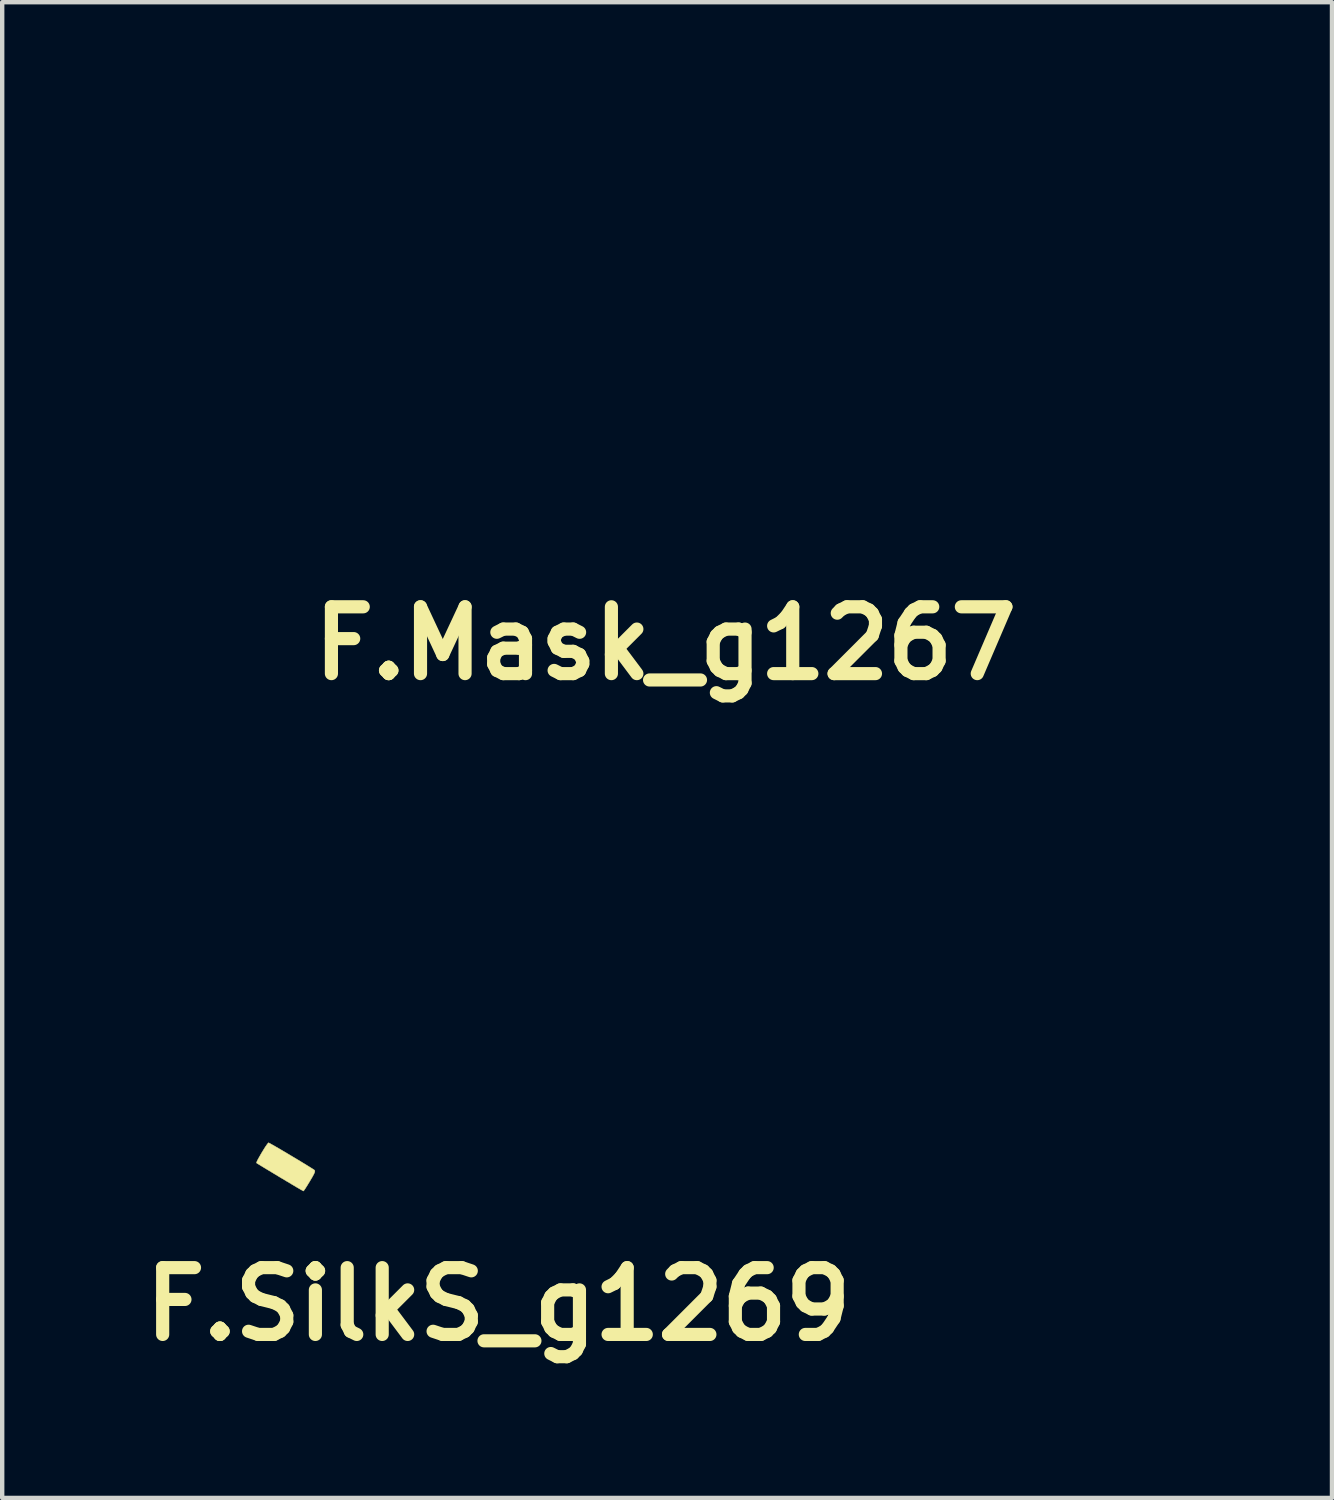
<source format=kicad_pcb>
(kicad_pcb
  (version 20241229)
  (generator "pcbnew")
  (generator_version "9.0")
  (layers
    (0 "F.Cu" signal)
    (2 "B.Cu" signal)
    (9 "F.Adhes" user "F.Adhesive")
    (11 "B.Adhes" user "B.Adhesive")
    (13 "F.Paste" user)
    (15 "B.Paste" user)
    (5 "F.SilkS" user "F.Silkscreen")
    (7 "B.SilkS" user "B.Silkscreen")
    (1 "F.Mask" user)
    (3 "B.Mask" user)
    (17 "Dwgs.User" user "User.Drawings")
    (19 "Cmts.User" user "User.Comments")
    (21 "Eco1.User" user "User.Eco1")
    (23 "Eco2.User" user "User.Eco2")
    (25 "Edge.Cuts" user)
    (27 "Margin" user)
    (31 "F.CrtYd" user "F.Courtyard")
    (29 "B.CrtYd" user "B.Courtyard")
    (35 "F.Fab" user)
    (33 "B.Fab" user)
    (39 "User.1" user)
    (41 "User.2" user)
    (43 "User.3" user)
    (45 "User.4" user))
  (footprint "F.Mask_g1267"
    (layer "F.Cu")
    (at 12.13 11.626)
    (property "Reference" "F.Mask_g1267" (at 0 0 0) (layer "F.SilkS") (effects (font (size 1.524 1.524) (thickness 0.3))))
    (attr through_hole)
    (fp_poly (pts (xy 0.445 -9.525) (xy -0.127 -9.525) (xy -0.127 -11.62) (xy 0.445 -11.62) (xy 0.445 -9.525)) (stroke (width 0.01) (type solid)) (fill yes) (layer "F.Mask"))
    (fp_poly (pts (xy 12.137 -0.206) (xy 12.162 -0.206) (xy 12.163 -0.206) (xy 12.165 -0.184) (xy 12.169 -0.128) (xy 12.175 -0.045) (xy 12.181 0.057) (xy 12.182 0.09) (xy 12.198 0.381) (xy 11.607 0.381) (xy 11.421 0.382) (xy 11.218 0.383) (xy 11.012 0.386) (xy 10.816 0.389) (xy 10.642 0.393) (xy 10.557 0.395) (xy 10.097 0.409) (xy 10.097 -0.184) (xy 11.127 -0.197) (xy 11.332 -0.199) (xy 11.523 -0.202) (xy 11.697 -0.203) (xy 11.849 -0.205) (xy 11.976 -0.206) (xy 12.073 -0.206) (xy 12.137 -0.206)) (stroke (width 0.01) (type solid)) (fill yes) (layer "F.Mask"))
    (fp_poly (pts (xy -10.033 0.423) (xy -10.622 0.423) (xy -10.808 0.424) (xy -11.008 0.426) (xy -11.21 0.428) (xy -11.403 0.431) (xy -11.572 0.435) (xy -11.657 0.437) (xy -12.103 0.451) (xy -12.118 0.184) (xy -12.123 0.079) (xy -12.125 -0.011) (xy -12.125 -0.079) (xy -12.121 -0.115) (xy -12.121 -0.116) (xy -12.113 -0.126) (xy -12.092 -0.133) (xy -12.055 -0.139) (xy -11.998 -0.143) (xy -11.914 -0.146) (xy -11.8 -0.147) (xy -11.651 -0.148) (xy -11.551 -0.148) (xy -11.365 -0.149) (xy -11.159 -0.151) (xy -10.949 -0.153) (xy -10.748 -0.157) (xy -10.569 -0.161) (xy -10.513 -0.162) (xy -10.033 -0.176) (xy -10.033 0.423)) (stroke (width 0.01) (type solid)) (fill yes) (layer "F.Mask"))
    (fp_poly (pts (xy 7.904 6.565) (xy 7.95 6.605) (xy 8.018 6.668) (xy 8.106 6.75) (xy 8.21 6.847) (xy 8.326 6.957) (xy 8.451 7.075) (xy 8.581 7.199) (xy 8.712 7.324) (xy 8.841 7.448) (xy 8.964 7.566) (xy 9.078 7.676) (xy 9.178 7.774) (xy 9.262 7.856) (xy 9.325 7.92) (xy 9.365 7.961) (xy 9.377 7.975) (xy 9.363 7.997) (xy 9.326 8.042) (xy 9.272 8.101) (xy 9.209 8.169) (xy 9.143 8.237) (xy 9.081 8.3) (xy 9.03 8.349) (xy 8.997 8.377) (xy 8.988 8.382) (xy 8.968 8.367) (xy 8.921 8.327) (xy 8.851 8.263) (xy 8.761 8.18) (xy 8.654 8.08) (xy 8.535 7.967) (xy 8.407 7.845) (xy 8.403 7.841) (xy 8.266 7.709) (xy 8.131 7.578) (xy 8.002 7.453) (xy 7.886 7.34) (xy 7.786 7.243) (xy 7.707 7.166) (xy 7.664 7.123) (xy 7.486 6.945) (xy 7.673 6.748) (xy 7.746 6.674) (xy 7.809 6.613) (xy 7.857 6.57) (xy 7.884 6.551) (xy 7.886 6.551) (xy 7.904 6.565)) (stroke (width 0.01) (type solid)) (fill yes) (layer "F.Mask"))
    (fp_poly (pts (xy -8.689 -8.13) (xy -8.642 -8.089) (xy -8.573 -8.025) (xy -8.485 -7.942) (xy -8.38 -7.845) (xy -8.264 -7.735) (xy -8.14 -7.617) (xy -8.011 -7.494) (xy -7.881 -7.37) (xy -7.754 -7.248) (xy -7.634 -7.131) (xy -7.524 -7.025) (xy -7.427 -6.93) (xy -7.349 -6.853) (xy -7.294 -6.797) (xy -7.211 -6.711) (xy -7.399 -6.515) (xy -7.472 -6.44) (xy -7.535 -6.378) (xy -7.582 -6.334) (xy -7.608 -6.314) (xy -7.609 -6.314) (xy -7.628 -6.327) (xy -7.675 -6.367) (xy -7.745 -6.431) (xy -7.837 -6.516) (xy -7.947 -6.619) (xy -8.071 -6.738) (xy -8.209 -6.869) (xy -8.355 -7.01) (xy -8.361 -7.016) (xy -8.507 -7.158) (xy -8.643 -7.291) (xy -8.767 -7.413) (xy -8.875 -7.52) (xy -8.964 -7.61) (xy -9.032 -7.679) (xy -9.075 -7.725) (xy -9.091 -7.744) (xy -9.091 -7.744) (xy -9.077 -7.771) (xy -9.04 -7.818) (xy -8.986 -7.879) (xy -8.923 -7.948) (xy -8.858 -8.015) (xy -8.797 -8.075) (xy -8.746 -8.12) (xy -8.714 -8.143) (xy -8.708 -8.145) (xy -8.689 -8.13)) (stroke (width 0.01) (type solid)) (fill yes) (layer "F.Mask"))
    (fp_poly (pts (xy 8.541 -8.027) (xy 8.584 -7.99) (xy 8.641 -7.935) (xy 8.707 -7.87) (xy 8.773 -7.802) (xy 8.833 -7.738) (xy 8.88 -7.684) (xy 8.907 -7.648) (xy 8.911 -7.638) (xy 8.896 -7.621) (xy 8.854 -7.577) (xy 8.789 -7.512) (xy 8.704 -7.428) (xy 8.602 -7.329) (xy 8.487 -7.217) (xy 8.364 -7.098) (xy 8.234 -6.974) (xy 8.103 -6.848) (xy 7.974 -6.724) (xy 7.849 -6.606) (xy 7.734 -6.496) (xy 7.631 -6.399) (xy 7.544 -6.318) (xy 7.477 -6.256) (xy 7.432 -6.217) (xy 7.415 -6.204) (xy 7.395 -6.219) (xy 7.352 -6.26) (xy 7.292 -6.32) (xy 7.221 -6.393) (xy 7.209 -6.405) (xy 7.02 -6.605) (xy 7.082 -6.67) (xy 7.126 -6.715) (xy 7.193 -6.782) (xy 7.28 -6.866) (xy 7.383 -6.966) (xy 7.498 -7.077) (xy 7.622 -7.196) (xy 7.75 -7.319) (xy 7.88 -7.443) (xy 8.007 -7.564) (xy 8.129 -7.678) (xy 8.24 -7.783) (xy 8.337 -7.875) (xy 8.418 -7.949) (xy 8.477 -8.004) (xy 8.512 -8.034) (xy 8.519 -8.039) (xy 8.541 -8.027)) (stroke (width 0.01) (type solid)) (fill yes) (layer "F.Mask"))
    (fp_poly (pts (xy -8.134 6.471) (xy -8.092 6.51) (xy -8.037 6.567) (xy -7.974 6.634) (xy -7.91 6.704) (xy -7.851 6.77) (xy -7.805 6.826) (xy -7.777 6.863) (xy -7.772 6.875) (xy -7.789 6.894) (xy -7.833 6.939) (xy -7.901 7.006) (xy -7.988 7.092) (xy -8.092 7.192) (xy -8.208 7.304) (xy -8.332 7.423) (xy -8.462 7.548) (xy -8.593 7.673) (xy -8.722 7.795) (xy -8.846 7.912) (xy -8.96 8.019) (xy -9.06 8.114) (xy -9.144 8.192) (xy -9.208 8.25) (xy -9.247 8.284) (xy -9.259 8.293) (xy -9.282 8.28) (xy -9.328 8.242) (xy -9.389 8.183) (xy -9.459 8.11) (xy -9.469 8.099) (xy -9.538 8.024) (xy -9.595 7.959) (xy -9.634 7.913) (xy -9.652 7.891) (xy -9.652 7.89) (xy -9.637 7.873) (xy -9.595 7.83) (xy -9.53 7.765) (xy -9.444 7.682) (xy -9.343 7.583) (xy -9.228 7.472) (xy -9.104 7.353) (xy -8.975 7.229) (xy -8.844 7.103) (xy -8.714 6.979) (xy -8.59 6.861) (xy -8.474 6.751) (xy -8.371 6.654) (xy -8.284 6.572) (xy -8.217 6.51) (xy -8.172 6.47) (xy -8.155 6.456) (xy -8.134 6.471)) (stroke (width 0.01) (type solid)) (fill yes) (layer "F.Mask"))
    (fp_poly (pts (xy 0.204 -4.984) (xy 0.404 -4.977) (xy 0.584 -4.965) (xy 0.732 -4.947) (xy 0.74 -4.946) (xy 1.192 -4.854) (xy 1.628 -4.725) (xy 2.047 -4.559) (xy 2.445 -4.359) (xy 2.822 -4.126) (xy 3.175 -3.863) (xy 3.503 -3.57) (xy 3.803 -3.25) (xy 4.075 -2.904) (xy 4.316 -2.534) (xy 4.524 -2.141) (xy 4.698 -1.728) (xy 4.836 -1.296) (xy 4.889 -1.079) (xy 4.96 -0.674) (xy 4.998 -0.254) (xy 5.001 0.173) (xy 4.972 0.596) (xy 4.909 1.008) (xy 4.857 1.238) (xy 4.724 1.674) (xy 4.555 2.093) (xy 4.349 2.493) (xy 4.11 2.872) (xy 3.838 3.228) (xy 3.537 3.557) (xy 3.207 3.859) (xy 2.851 4.129) (xy 2.47 4.367) (xy 2.292 4.462) (xy 1.865 4.657) (xy 1.427 4.811) (xy 0.982 4.924) (xy 0.762 4.964) (xy 0.655 4.977) (xy 0.517 4.988) (xy 0.356 4.997) (xy 0.183 5.004) (xy 0.007 5.007) (xy -0.163 5.009) (xy -0.318 5.007) (xy -0.447 5.002) (xy -0.529 4.995) (xy -0.995 4.918) (xy -1.444 4.804) (xy -1.877 4.652) (xy -2.29 4.463) (xy -2.683 4.24) (xy -3.052 3.982) (xy -3.398 3.692) (xy -3.717 3.368) (xy -4.009 3.014) (xy -4.046 2.963) (xy -4.297 2.586) (xy -4.509 2.193) (xy -4.683 1.788) (xy -4.82 1.372) (xy -4.92 0.949) (xy -4.982 0.521) (xy -5.007 0.09) (xy -4.995 -0.341) (xy -4.947 -0.769) (xy -4.862 -1.192) (xy -4.741 -1.607) (xy -4.583 -2.011) (xy -4.39 -2.403) (xy -4.161 -2.779) (xy -3.897 -3.136) (xy -3.598 -3.473) (xy -3.556 -3.515) (xy -3.214 -3.829) (xy -2.848 -4.108) (xy -2.46 -4.351) (xy -2.053 -4.557) (xy -1.626 -4.726) (xy -1.183 -4.857) (xy -0.74 -4.946) (xy -0.594 -4.964) (xy -0.416 -4.976) (xy -0.216 -4.984) (xy -0.006 -4.986) (xy 0.204 -4.984)) (stroke (width 0.01) (type solid)) (fill yes) (layer "F.Mask"))
    (fp_poly (pts (xy 0.648 -9.39) (xy 0.942 -9.364) (xy 1.575 -9.278) (xy 2.2 -9.152) (xy 2.814 -8.987) (xy 3.414 -8.783) (xy 3.999 -8.541) (xy 4.566 -8.262) (xy 5.113 -7.948) (xy 5.638 -7.598) (xy 5.807 -7.475) (xy 6.016 -7.314) (xy 6.203 -7.165) (xy 6.377 -7.018) (xy 6.548 -6.864) (xy 6.727 -6.693) (xy 6.89 -6.531) (xy 7.304 -6.093) (xy 7.681 -5.642) (xy 8.024 -5.174) (xy 8.339 -4.682) (xy 8.63 -4.16) (xy 8.711 -4) (xy 8.98 -3.415) (xy 9.21 -2.814) (xy 9.4 -2.199) (xy 9.55 -1.568) (xy 9.661 -0.922) (xy 9.698 -0.624) (xy 9.708 -0.499) (xy 9.717 -0.34) (xy 9.723 -0.153) (xy 9.726 0.053) (xy 9.728 0.271) (xy 9.727 0.495) (xy 9.724 0.715) (xy 9.719 0.925) (xy 9.712 1.118) (xy 9.703 1.286) (xy 9.692 1.422) (xy 9.687 1.46) (xy 9.586 2.121) (xy 9.447 2.76) (xy 9.271 3.38) (xy 9.058 3.98) (xy 8.807 4.561) (xy 8.519 5.123) (xy 8.193 5.667) (xy 7.828 6.193) (xy 7.425 6.701) (xy 7.299 6.847) (xy 7.23 6.924) (xy 7.145 7.015) (xy 7.047 7.116) (xy 6.943 7.223) (xy 6.835 7.331) (xy 6.729 7.437) (xy 6.627 7.536) (xy 6.535 7.624) (xy 6.457 7.697) (xy 6.397 7.75) (xy 6.359 7.78) (xy 6.349 7.785) (xy 6.332 7.767) (xy 6.288 7.719) (xy 6.22 7.643) (xy 6.129 7.539) (xy 6.017 7.409) (xy 5.884 7.256) (xy 5.732 7.08) (xy 5.562 6.884) (xy 5.377 6.669) (xy 5.319 6.601) (xy 5.313 6.588) (xy 5.317 6.57) (xy 5.332 6.543) (xy 5.363 6.504) (xy 5.413 6.449) (xy 5.483 6.375) (xy 5.579 6.279) (xy 5.7 6.157) (xy 5.823 6.032) (xy 5.949 5.9) (xy 6.07 5.769) (xy 6.181 5.647) (xy 6.272 5.541) (xy 6.32 5.482) (xy 6.676 5.002) (xy 6.993 4.503) (xy 7.272 3.988) (xy 7.512 3.457) (xy 7.713 2.911) (xy 7.874 2.35) (xy 7.957 1.979) (xy 8.053 1.396) (xy 8.106 0.813) (xy 8.117 0.231) (xy 8.087 -0.348) (xy 8.015 -0.923) (xy 7.903 -1.492) (xy 7.749 -2.052) (xy 7.554 -2.603) (xy 7.319 -3.144) (xy 7.257 -3.27) (xy 6.979 -3.781) (xy 6.667 -4.268) (xy 6.324 -4.729) (xy 5.95 -5.163) (xy 5.547 -5.569) (xy 5.119 -5.945) (xy 4.665 -6.29) (xy 4.188 -6.603) (xy 3.69 -6.882) (xy 3.173 -7.126) (xy 2.638 -7.334) (xy 2.087 -7.505) (xy 1.522 -7.636) (xy 1.27 -7.681) (xy 1.078 -7.711) (xy 0.906 -7.735) (xy 0.743 -7.752) (xy 0.58 -7.764) (xy 0.405 -7.772) (xy 0.21 -7.777) (xy -0.017 -7.778) (xy -0.042 -7.778) (xy -0.273 -7.777) (xy -0.471 -7.773) (xy -0.647 -7.765) (xy -0.811 -7.754) (xy -0.974 -7.737) (xy -1.144 -7.714) (xy -1.334 -7.685) (xy -1.355 -7.681) (xy -1.925 -7.567) (xy -2.485 -7.412) (xy -3.033 -7.217) (xy -3.567 -6.983) (xy -4.085 -6.711) (xy -4.586 -6.402) (xy -5.067 -6.056) (xy -5.243 -5.916) (xy -5.366 -5.811) (xy -5.509 -5.68) (xy -5.664 -5.532) (xy -5.824 -5.372) (xy -5.983 -5.21) (xy -6.132 -5.051) (xy -6.264 -4.904) (xy -6.373 -4.775) (xy -6.383 -4.763) (xy -6.739 -4.284) (xy -7.057 -3.789) (xy -7.337 -3.277) (xy -7.579 -2.75) (xy -7.782 -2.212) (xy -7.946 -1.662) (xy -8.07 -1.102) (xy -8.154 -0.536) (xy -8.197 0.037) (xy -8.2 0.614) (xy -8.161 1.194) (xy -8.08 1.774) (xy -8.042 1.978) (xy -7.906 2.548) (xy -7.733 3.101) (xy -7.52 3.637) (xy -7.268 4.16) (xy -6.976 4.669) (xy -6.844 4.874) (xy -6.685 5.107) (xy -6.528 5.322) (xy -6.366 5.527) (xy -6.191 5.73) (xy -5.996 5.94) (xy -5.775 6.166) (xy -5.763 6.177) (xy -5.637 6.303) (xy -5.539 6.402) (xy -5.465 6.479) (xy -5.413 6.536) (xy -5.379 6.577) (xy -5.36 6.606) (xy -5.354 6.626) (xy -5.358 6.639) (xy -5.361 6.643) (xy -5.382 6.667) (xy -5.426 6.719) (xy -5.491 6.796) (xy -5.574 6.893) (xy -5.67 7.006) (xy -5.777 7.132) (xy -5.871 7.243) (xy -5.984 7.376) (xy -6.088 7.497) (xy -6.181 7.605) (xy -6.258 7.695) (xy -6.318 7.764) (xy -6.356 7.807) (xy -6.37 7.82) (xy -6.393 7.813) (xy -6.439 7.782) (xy -6.498 7.735) (xy -6.512 7.722) (xy -6.984 7.276) (xy -7.422 6.804) (xy -7.826 6.307) (xy -8.195 5.788) (xy -8.529 5.248) (xy -8.827 4.688) (xy -9.087 4.11) (xy -9.311 3.515) (xy -9.495 2.905) (xy -9.641 2.28) (xy -9.746 1.643) (xy -9.8 1.154) (xy -9.815 0.9) (xy -9.823 0.616) (xy -9.823 0.312) (xy -9.815 0.001) (xy -9.801 -0.307) (xy -9.779 -0.6) (xy -9.752 -0.867) (xy -9.746 -0.91) (xy -9.643 -1.532) (xy -9.5 -2.146) (xy -9.317 -2.749) (xy -9.097 -3.339) (xy -8.839 -3.913) (xy -8.546 -4.47) (xy -8.218 -5.007) (xy -7.857 -5.521) (xy -7.465 -6.01) (xy -7.041 -6.472) (xy -6.844 -6.667) (xy -6.367 -7.096) (xy -5.866 -7.492) (xy -5.345 -7.852) (xy -4.803 -8.176) (xy -4.244 -8.465) (xy -3.669 -8.716) (xy -3.08 -8.93) (xy -2.478 -9.106) (xy -1.866 -9.243) (xy -1.246 -9.341) (xy -0.619 -9.398) (xy 0.013 -9.415) (xy 0.648 -9.39)) (stroke (width 0.01) (type solid)) (fill yes) (layer "F.Mask")))
  (footprint "F.SilkS_g1269"
    (layer "F.Cu")
    (at 8.317 26.7)
    (property "Reference" "F.SilkS_g1269" (at 0 0 0) (layer "F.SilkS") (effects (font (size 1.524 1.524) (thickness 0.3))))
    (attr through_hole)
    (fp_poly (pts (xy -5.22 -3.673) (xy -5.167 -3.643) (xy -5.089 -3.599) (xy -4.992 -3.543) (xy -4.882 -3.478) (xy -4.764 -3.408) (xy -4.644 -3.336) (xy -4.527 -3.266) (xy -4.419 -3.2) (xy -4.326 -3.143) (xy -4.254 -3.098) (xy -4.207 -3.068) (xy -4.194 -3.058) (xy -4.185 -3.041) (xy -4.189 -3.013) (xy -4.208 -2.968) (xy -4.245 -2.9) (xy -4.3 -2.807) (xy -4.352 -2.721) (xy -4.396 -2.651) (xy -4.429 -2.602) (xy -4.444 -2.583) (xy -4.445 -2.582) (xy -4.465 -2.593) (xy -4.517 -2.622) (xy -4.596 -2.668) (xy -4.697 -2.728) (xy -4.816 -2.799) (xy -4.948 -2.878) (xy -4.98 -2.897) (xy -5.114 -2.978) (xy -5.237 -3.052) (xy -5.343 -3.116) (xy -5.428 -3.168) (xy -5.487 -3.204) (xy -5.515 -3.222) (xy -5.516 -3.223) (xy -5.511 -3.245) (xy -5.488 -3.294) (xy -5.451 -3.361) (xy -5.407 -3.438) (xy -5.359 -3.517) (xy -5.314 -3.589) (xy -5.275 -3.645) (xy -5.249 -3.678) (xy -5.242 -3.683) (xy -5.22 -3.673)) (stroke (width 0.01) (type solid)) (fill yes) (layer "F.SilkS")))
  (gr_rect
    (start -3 -3)
    (end 27.333 31.118)
    (stroke (width 0.1) (type default))
    (fill no)
    (layer "Edge.Cuts")))
</source>
